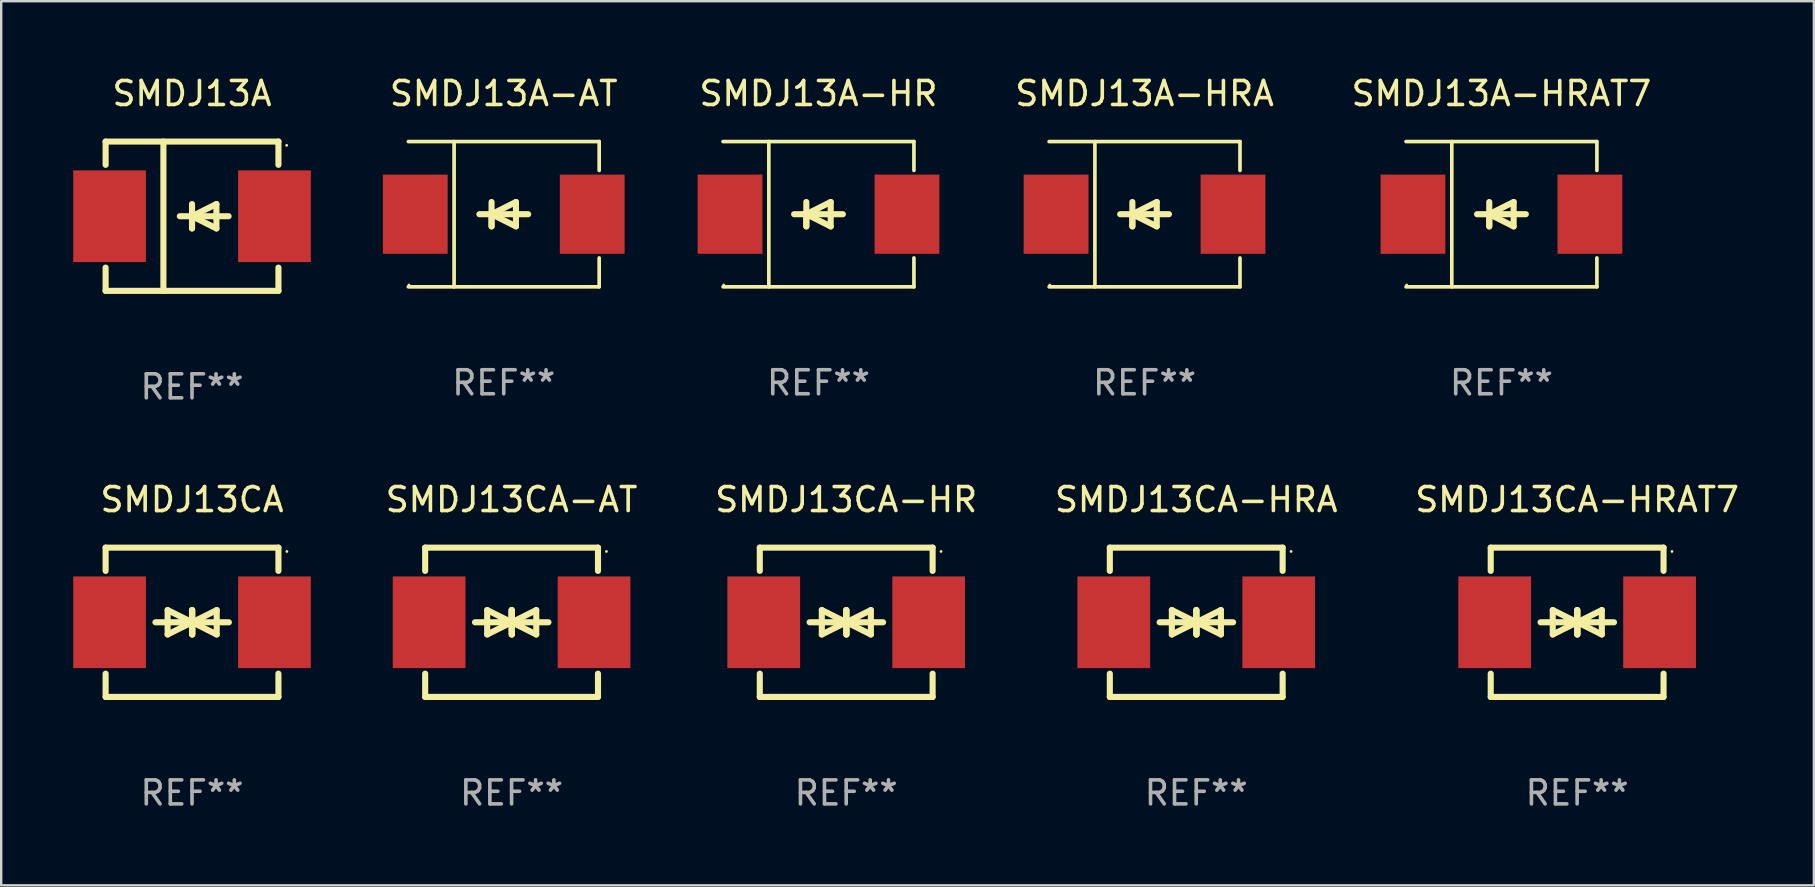
<source format=kicad_pcb>
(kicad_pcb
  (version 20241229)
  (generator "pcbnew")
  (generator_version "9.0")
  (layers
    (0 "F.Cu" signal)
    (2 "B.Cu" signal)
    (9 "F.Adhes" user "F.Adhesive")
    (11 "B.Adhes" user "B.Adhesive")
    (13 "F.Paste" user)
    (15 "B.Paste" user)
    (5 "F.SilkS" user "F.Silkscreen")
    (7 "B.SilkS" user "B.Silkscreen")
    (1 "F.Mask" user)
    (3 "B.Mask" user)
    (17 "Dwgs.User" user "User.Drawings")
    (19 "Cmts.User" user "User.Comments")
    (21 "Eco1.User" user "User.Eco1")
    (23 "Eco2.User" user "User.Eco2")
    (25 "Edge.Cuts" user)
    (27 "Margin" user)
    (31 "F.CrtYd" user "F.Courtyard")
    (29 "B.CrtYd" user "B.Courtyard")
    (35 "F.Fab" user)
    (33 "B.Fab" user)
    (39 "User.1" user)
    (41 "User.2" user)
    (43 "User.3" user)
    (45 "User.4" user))
  (footprint "SMDJ13CA-HR"
    (layer "F.Cu")
    (at 32.204 22.875)
    (property "Reference" "SMDJ13CA-HR" (at 0 -5.11 0) (layer "F.SilkS") (effects (font (size 1 1) (thickness 0.15))))
    (attr through_hole)
    (fp_line (start -3.6 -2.141) (end -3.6 -3.11) (stroke (width 0.254) (type solid)) (layer "F.SilkS"))
    (fp_line (start -3.6 3.11) (end -3.6 2.141) (stroke (width 0.254) (type solid)) (layer "F.SilkS"))
    (fp_line (start -1.524 0) (end 0.508 0) (stroke (width 0.254) (type solid)) (layer "F.SilkS"))
    (fp_line (start -1.016 -0.508) (end -1.016 0.508) (stroke (width 0.254) (type solid)) (layer "F.SilkS"))
    (fp_line (start -1.016 0.508) (end 0 0) (stroke (width 0.254) (type solid)) (layer "F.SilkS"))
    (fp_line (start 0 -0.508) (end 0 0.508) (stroke (width 0.254) (type solid)) (layer "F.SilkS"))
    (fp_line (start 0 0) (end -1.016 -0.508) (stroke (width 0.254) (type solid)) (layer "F.SilkS"))
    (fp_line (start 0 0) (end 0 -0.508) (stroke (width 0.254) (type solid)) (layer "F.SilkS"))
    (fp_line (start 0.012 0) (end 0.012 0.508) (stroke (width 0.254) (type solid)) (layer "F.SilkS"))
    (fp_line (start 0.012 0) (end 1.028 0.508) (stroke (width 0.254) (type solid)) (layer "F.SilkS"))
    (fp_line (start 0.012 0.508) (end 0.012 -0.508) (stroke (width 0.254) (type solid)) (layer "F.SilkS"))
    (fp_line (start 1.028 -0.508) (end 0.012 0) (stroke (width 0.254) (type solid)) (layer "F.SilkS"))
    (fp_line (start 1.028 0.508) (end 1.028 -0.508) (stroke (width 0.254) (type solid)) (layer "F.SilkS"))
    (fp_line (start 1.536 0) (end -0.496 0) (stroke (width 0.254) (type solid)) (layer "F.SilkS"))
    (fp_line (start 3.6 -3.11) (end -3.6 -3.11) (stroke (width 0.254) (type solid)) (layer "F.SilkS"))
    (fp_line (start 3.6 -2.141) (end 3.6 -3.11) (stroke (width 0.254) (type solid)) (layer "F.SilkS"))
    (fp_line (start 3.6 3.11) (end -3.6 3.11) (stroke (width 0.254) (type solid)) (layer "F.SilkS"))
    (fp_line (start 3.6 3.11) (end 3.6 2.141) (stroke (width 0.254) (type solid)) (layer "F.SilkS"))
    (fp_circle (center 3.952 -2.95) (end 3.982 -2.95) (stroke (width 0.06) (type solid)) (fill no) (layer "F.SilkS"))
    (fp_text user "REF**" (at 0 7.11 0) (layer "F.Fab") (effects (font (size 1 1) (thickness 0.15))))
    (pad "1" smd rect (at 3.435 0) (size 3.03 3.82) (layers "F.Cu" "F.Mask" "F.Paste"))
    (pad "2" smd rect (at -3.435 0) (size 3.03 3.82) (layers "F.Cu" "F.Mask" "F.Paste")))
  (footprint "SMDJ13A-HRAT7"
    (layer "F.Cu")
    (at 59.503 5.874)
    (property "Reference" "SMDJ13A-HRAT7" (at 0 -5.026 0) (layer "F.SilkS") (effects (font (size 1 1) (thickness 0.15))))
    (attr through_hole)
    (fp_line (start -3.976 -3.026) (end 3.976 -3.026) (stroke (width 0.152) (type solid)) (layer "F.SilkS"))
    (fp_line (start -3.976 3.026) (end 3.976 3.026) (stroke (width 0.152) (type solid)) (layer "F.SilkS"))
    (fp_line (start -2.069 -3.026) (end -2.069 3.026) (stroke (width 0.152) (type solid)) (layer "F.SilkS"))
    (fp_line (start -0.508 0) (end -0.508 0.508) (stroke (width 0.254) (type solid)) (layer "F.SilkS"))
    (fp_line (start -0.508 0) (end 0.508 0.508) (stroke (width 0.254) (type solid)) (layer "F.SilkS"))
    (fp_line (start -0.508 0.508) (end -0.508 -0.508) (stroke (width 0.254) (type solid)) (layer "F.SilkS"))
    (fp_line (start 0.508 -0.508) (end -0.508 0) (stroke (width 0.254) (type solid)) (layer "F.SilkS"))
    (fp_line (start 0.508 0.508) (end 0.508 -0.508) (stroke (width 0.254) (type solid)) (layer "F.SilkS"))
    (fp_line (start 1.016 0) (end -1.016 0) (stroke (width 0.254) (type solid)) (layer "F.SilkS"))
    (fp_line (start 3.976 -3.026) (end 3.976 -1.823) (stroke (width 0.152) (type solid)) (layer "F.SilkS"))
    (fp_line (start 3.976 3.026) (end 3.976 1.823) (stroke (width 0.152) (type solid)) (layer "F.SilkS"))
    (fp_circle (center -3.95 2.95) (end -3.92 2.95) (stroke (width 0.06) (type solid)) (fill no) (layer "F.SilkS"))
    (fp_text user "REF**" (at 0 7.026 0) (layer "F.Fab") (effects (font (size 1 1) (thickness 0.15))))
    (pad "1" smd rect (at -3.686 0) (size 2.7 3.3) (layers "F.Cu" "F.Mask" "F.Paste"))
    (pad "2" smd rect (at 3.686 0) (size 2.7 3.3) (layers "F.Cu" "F.Mask" "F.Paste")))
  (footprint "SMDJ13A-HR"
    (layer "F.Cu")
    (at 31.05 5.874)
    (property "Reference" "SMDJ13A-HR" (at 0 -5.026 0) (layer "F.SilkS") (effects (font (size 1 1) (thickness 0.15))))
    (attr through_hole)
    (fp_line (start -3.976 -3.026) (end 3.976 -3.026) (stroke (width 0.152) (type solid)) (layer "F.SilkS"))
    (fp_line (start -3.976 3.026) (end 3.976 3.026) (stroke (width 0.152) (type solid)) (layer "F.SilkS"))
    (fp_line (start -2.069 -3.026) (end -2.069 3.026) (stroke (width 0.152) (type solid)) (layer "F.SilkS"))
    (fp_line (start -0.508 0) (end -0.508 0.508) (stroke (width 0.254) (type solid)) (layer "F.SilkS"))
    (fp_line (start -0.508 0) (end 0.508 0.508) (stroke (width 0.254) (type solid)) (layer "F.SilkS"))
    (fp_line (start -0.508 0.508) (end -0.508 -0.508) (stroke (width 0.254) (type solid)) (layer "F.SilkS"))
    (fp_line (start 0.508 -0.508) (end -0.508 0) (stroke (width 0.254) (type solid)) (layer "F.SilkS"))
    (fp_line (start 0.508 0.508) (end 0.508 -0.508) (stroke (width 0.254) (type solid)) (layer "F.SilkS"))
    (fp_line (start 1.016 0) (end -1.016 0) (stroke (width 0.254) (type solid)) (layer "F.SilkS"))
    (fp_line (start 3.976 -3.026) (end 3.976 -1.823) (stroke (width 0.152) (type solid)) (layer "F.SilkS"))
    (fp_line (start 3.976 3.026) (end 3.976 1.823) (stroke (width 0.152) (type solid)) (layer "F.SilkS"))
    (fp_circle (center -3.95 2.95) (end -3.92 2.95) (stroke (width 0.06) (type solid)) (fill no) (layer "F.SilkS"))
    (fp_text user "REF**" (at 0 7.026 0) (layer "F.Fab") (effects (font (size 1 1) (thickness 0.15))))
    (pad "1" smd rect (at -3.686 0) (size 2.7 3.3) (layers "F.Cu" "F.Mask" "F.Paste"))
    (pad "2" smd rect (at 3.686 0) (size 2.7 3.3) (layers "F.Cu" "F.Mask" "F.Paste")))
  (footprint "SMDJ13A-HRA"
    (layer "F.Cu")
    (at 44.634 5.874)
    (property "Reference" "SMDJ13A-HRA" (at 0 -5.026 0) (layer "F.SilkS") (effects (font (size 1 1) (thickness 0.15))))
    (attr through_hole)
    (fp_line (start -3.976 -3.026) (end 3.976 -3.026) (stroke (width 0.152) (type solid)) (layer "F.SilkS"))
    (fp_line (start -3.976 3.026) (end 3.976 3.026) (stroke (width 0.152) (type solid)) (layer "F.SilkS"))
    (fp_line (start -2.069 -3.026) (end -2.069 3.026) (stroke (width 0.152) (type solid)) (layer "F.SilkS"))
    (fp_line (start -0.508 0) (end -0.508 0.508) (stroke (width 0.254) (type solid)) (layer "F.SilkS"))
    (fp_line (start -0.508 0) (end 0.508 0.508) (stroke (width 0.254) (type solid)) (layer "F.SilkS"))
    (fp_line (start -0.508 0.508) (end -0.508 -0.508) (stroke (width 0.254) (type solid)) (layer "F.SilkS"))
    (fp_line (start 0.508 -0.508) (end -0.508 0) (stroke (width 0.254) (type solid)) (layer "F.SilkS"))
    (fp_line (start 0.508 0.508) (end 0.508 -0.508) (stroke (width 0.254) (type solid)) (layer "F.SilkS"))
    (fp_line (start 1.016 0) (end -1.016 0) (stroke (width 0.254) (type solid)) (layer "F.SilkS"))
    (fp_line (start 3.976 -3.026) (end 3.976 -1.823) (stroke (width 0.152) (type solid)) (layer "F.SilkS"))
    (fp_line (start 3.976 3.026) (end 3.976 1.823) (stroke (width 0.152) (type solid)) (layer "F.SilkS"))
    (fp_circle (center -3.95 2.95) (end -3.92 2.95) (stroke (width 0.06) (type solid)) (fill no) (layer "F.SilkS"))
    (fp_text user "REF**" (at 0 7.026 0) (layer "F.Fab") (effects (font (size 1 1) (thickness 0.15))))
    (pad "1" smd rect (at -3.686 0) (size 2.7 3.3) (layers "F.Cu" "F.Mask" "F.Paste"))
    (pad "2" smd rect (at 3.686 0) (size 2.7 3.3) (layers "F.Cu" "F.Mask" "F.Paste")))
  (footprint "SMDJ13CA-AT"
    (layer "F.Cu")
    (at 18.263 22.875)
    (property "Reference" "SMDJ13CA-AT" (at 0 -5.11 0) (layer "F.SilkS") (effects (font (size 1 1) (thickness 0.15))))
    (attr through_hole)
    (fp_line (start -3.6 -2.141) (end -3.6 -3.11) (stroke (width 0.254) (type solid)) (layer "F.SilkS"))
    (fp_line (start -3.6 3.11) (end -3.6 2.141) (stroke (width 0.254) (type solid)) (layer "F.SilkS"))
    (fp_line (start -1.524 0) (end 0.508 0) (stroke (width 0.254) (type solid)) (layer "F.SilkS"))
    (fp_line (start -1.016 -0.508) (end -1.016 0.508) (stroke (width 0.254) (type solid)) (layer "F.SilkS"))
    (fp_line (start -1.016 0.508) (end 0 0) (stroke (width 0.254) (type solid)) (layer "F.SilkS"))
    (fp_line (start 0 -0.508) (end 0 0.508) (stroke (width 0.254) (type solid)) (layer "F.SilkS"))
    (fp_line (start 0 0) (end -1.016 -0.508) (stroke (width 0.254) (type solid)) (layer "F.SilkS"))
    (fp_line (start 0 0) (end 0 -0.508) (stroke (width 0.254) (type solid)) (layer "F.SilkS"))
    (fp_line (start 0.012 0) (end 0.012 0.508) (stroke (width 0.254) (type solid)) (layer "F.SilkS"))
    (fp_line (start 0.012 0) (end 1.028 0.508) (stroke (width 0.254) (type solid)) (layer "F.SilkS"))
    (fp_line (start 0.012 0.508) (end 0.012 -0.508) (stroke (width 0.254) (type solid)) (layer "F.SilkS"))
    (fp_line (start 1.028 -0.508) (end 0.012 0) (stroke (width 0.254) (type solid)) (layer "F.SilkS"))
    (fp_line (start 1.028 0.508) (end 1.028 -0.508) (stroke (width 0.254) (type solid)) (layer "F.SilkS"))
    (fp_line (start 1.536 0) (end -0.496 0) (stroke (width 0.254) (type solid)) (layer "F.SilkS"))
    (fp_line (start 3.6 -3.11) (end -3.6 -3.11) (stroke (width 0.254) (type solid)) (layer "F.SilkS"))
    (fp_line (start 3.6 -2.141) (end 3.6 -3.11) (stroke (width 0.254) (type solid)) (layer "F.SilkS"))
    (fp_line (start 3.6 3.11) (end -3.6 3.11) (stroke (width 0.254) (type solid)) (layer "F.SilkS"))
    (fp_line (start 3.6 3.11) (end 3.6 2.141) (stroke (width 0.254) (type solid)) (layer "F.SilkS"))
    (fp_circle (center 3.952 -2.95) (end 3.982 -2.95) (stroke (width 0.06) (type solid)) (fill no) (layer "F.SilkS"))
    (fp_text user "REF**" (at 0 7.11 0) (layer "F.Fab") (effects (font (size 1 1) (thickness 0.15))))
    (pad "1" smd rect (at 3.435 0) (size 3.03 3.82) (layers "F.Cu" "F.Mask" "F.Paste"))
    (pad "2" smd rect (at -3.435 0) (size 3.03 3.82) (layers "F.Cu" "F.Mask" "F.Paste")))
  (footprint "SMDJ13CA"
    (layer "F.Cu")
    (at 4.95 22.875)
    (property "Reference" "SMDJ13CA" (at 0 -5.11 0) (layer "F.SilkS") (effects (font (size 1 1) (thickness 0.15))))
    (attr through_hole)
    (fp_line (start -3.6 -2.141) (end -3.6 -3.11) (stroke (width 0.254) (type solid)) (layer "F.SilkS"))
    (fp_line (start -3.6 3.11) (end -3.6 2.141) (stroke (width 0.254) (type solid)) (layer "F.SilkS"))
    (fp_line (start -1.524 0) (end 0.508 0) (stroke (width 0.254) (type solid)) (layer "F.SilkS"))
    (fp_line (start -1.016 -0.508) (end -1.016 0.508) (stroke (width 0.254) (type solid)) (layer "F.SilkS"))
    (fp_line (start -1.016 0.508) (end 0 0) (stroke (width 0.254) (type solid)) (layer "F.SilkS"))
    (fp_line (start 0 -0.508) (end 0 0.508) (stroke (width 0.254) (type solid)) (layer "F.SilkS"))
    (fp_line (start 0 0) (end -1.016 -0.508) (stroke (width 0.254) (type solid)) (layer "F.SilkS"))
    (fp_line (start 0 0) (end 0 -0.508) (stroke (width 0.254) (type solid)) (layer "F.SilkS"))
    (fp_line (start 0.012 0) (end 0.012 0.508) (stroke (width 0.254) (type solid)) (layer "F.SilkS"))
    (fp_line (start 0.012 0) (end 1.028 0.508) (stroke (width 0.254) (type solid)) (layer "F.SilkS"))
    (fp_line (start 0.012 0.508) (end 0.012 -0.508) (stroke (width 0.254) (type solid)) (layer "F.SilkS"))
    (fp_line (start 1.028 -0.508) (end 0.012 0) (stroke (width 0.254) (type solid)) (layer "F.SilkS"))
    (fp_line (start 1.028 0.508) (end 1.028 -0.508) (stroke (width 0.254) (type solid)) (layer "F.SilkS"))
    (fp_line (start 1.536 0) (end -0.496 0) (stroke (width 0.254) (type solid)) (layer "F.SilkS"))
    (fp_line (start 3.6 -3.11) (end -3.6 -3.11) (stroke (width 0.254) (type solid)) (layer "F.SilkS"))
    (fp_line (start 3.6 -2.141) (end 3.6 -3.11) (stroke (width 0.254) (type solid)) (layer "F.SilkS"))
    (fp_line (start 3.6 3.11) (end -3.6 3.11) (stroke (width 0.254) (type solid)) (layer "F.SilkS"))
    (fp_line (start 3.6 3.11) (end 3.6 2.141) (stroke (width 0.254) (type solid)) (layer "F.SilkS"))
    (fp_circle (center 3.952 -2.95) (end 3.982 -2.95) (stroke (width 0.06) (type solid)) (fill no) (layer "F.SilkS"))
    (fp_text user "REF**" (at 0 7.11 0) (layer "F.Fab") (effects (font (size 1 1) (thickness 0.15))))
    (pad "1" smd rect (at 3.435 0) (size 3.03 3.82) (layers "F.Cu" "F.Mask" "F.Paste"))
    (pad "2" smd rect (at -3.435 0) (size 3.03 3.82) (layers "F.Cu" "F.Mask" "F.Paste")))
  (footprint "SMDJ13CA-HRA"
    (layer "F.Cu")
    (at 46.787 22.875)
    (property "Reference" "SMDJ13CA-HRA" (at 0 -5.11 0) (layer "F.SilkS") (effects (font (size 1 1) (thickness 0.15))))
    (attr through_hole)
    (fp_line (start -3.6 -2.141) (end -3.6 -3.11) (stroke (width 0.254) (type solid)) (layer "F.SilkS"))
    (fp_line (start -3.6 3.11) (end -3.6 2.141) (stroke (width 0.254) (type solid)) (layer "F.SilkS"))
    (fp_line (start -1.524 0) (end 0.508 0) (stroke (width 0.254) (type solid)) (layer "F.SilkS"))
    (fp_line (start -1.016 -0.508) (end -1.016 0.508) (stroke (width 0.254) (type solid)) (layer "F.SilkS"))
    (fp_line (start -1.016 0.508) (end 0 0) (stroke (width 0.254) (type solid)) (layer "F.SilkS"))
    (fp_line (start 0 -0.508) (end 0 0.508) (stroke (width 0.254) (type solid)) (layer "F.SilkS"))
    (fp_line (start 0 0) (end -1.016 -0.508) (stroke (width 0.254) (type solid)) (layer "F.SilkS"))
    (fp_line (start 0 0) (end 0 -0.508) (stroke (width 0.254) (type solid)) (layer "F.SilkS"))
    (fp_line (start 0.012 0) (end 0.012 0.508) (stroke (width 0.254) (type solid)) (layer "F.SilkS"))
    (fp_line (start 0.012 0) (end 1.028 0.508) (stroke (width 0.254) (type solid)) (layer "F.SilkS"))
    (fp_line (start 0.012 0.508) (end 0.012 -0.508) (stroke (width 0.254) (type solid)) (layer "F.SilkS"))
    (fp_line (start 1.028 -0.508) (end 0.012 0) (stroke (width 0.254) (type solid)) (layer "F.SilkS"))
    (fp_line (start 1.028 0.508) (end 1.028 -0.508) (stroke (width 0.254) (type solid)) (layer "F.SilkS"))
    (fp_line (start 1.536 0) (end -0.496 0) (stroke (width 0.254) (type solid)) (layer "F.SilkS"))
    (fp_line (start 3.6 -3.11) (end -3.6 -3.11) (stroke (width 0.254) (type solid)) (layer "F.SilkS"))
    (fp_line (start 3.6 -2.141) (end 3.6 -3.11) (stroke (width 0.254) (type solid)) (layer "F.SilkS"))
    (fp_line (start 3.6 3.11) (end -3.6 3.11) (stroke (width 0.254) (type solid)) (layer "F.SilkS"))
    (fp_line (start 3.6 3.11) (end 3.6 2.141) (stroke (width 0.254) (type solid)) (layer "F.SilkS"))
    (fp_circle (center 3.952 -2.95) (end 3.982 -2.95) (stroke (width 0.06) (type solid)) (fill no) (layer "F.SilkS"))
    (fp_text user "REF**" (at 0 7.11 0) (layer "F.Fab") (effects (font (size 1 1) (thickness 0.15))))
    (pad "1" smd rect (at 3.435 0) (size 3.03 3.82) (layers "F.Cu" "F.Mask" "F.Paste"))
    (pad "2" smd rect (at -3.435 0) (size 3.03 3.82) (layers "F.Cu" "F.Mask" "F.Paste")))
  (footprint "SMDJ13A-AT"
    (layer "F.Cu")
    (at 17.937 5.874)
    (property "Reference" "SMDJ13A-AT" (at 0 -5.026 0) (layer "F.SilkS") (effects (font (size 1 1) (thickness 0.15))))
    (attr through_hole)
    (fp_line (start -3.976 -3.026) (end 3.976 -3.026) (stroke (width 0.152) (type solid)) (layer "F.SilkS"))
    (fp_line (start -3.976 3.026) (end 3.976 3.026) (stroke (width 0.152) (type solid)) (layer "F.SilkS"))
    (fp_line (start -2.069 -3.026) (end -2.069 3.026) (stroke (width 0.152) (type solid)) (layer "F.SilkS"))
    (fp_line (start -0.508 0) (end -0.508 0.508) (stroke (width 0.254) (type solid)) (layer "F.SilkS"))
    (fp_line (start -0.508 0) (end 0.508 0.508) (stroke (width 0.254) (type solid)) (layer "F.SilkS"))
    (fp_line (start -0.508 0.508) (end -0.508 -0.508) (stroke (width 0.254) (type solid)) (layer "F.SilkS"))
    (fp_line (start 0.508 -0.508) (end -0.508 0) (stroke (width 0.254) (type solid)) (layer "F.SilkS"))
    (fp_line (start 0.508 0.508) (end 0.508 -0.508) (stroke (width 0.254) (type solid)) (layer "F.SilkS"))
    (fp_line (start 1.016 0) (end -1.016 0) (stroke (width 0.254) (type solid)) (layer "F.SilkS"))
    (fp_line (start 3.976 -3.026) (end 3.976 -1.823) (stroke (width 0.152) (type solid)) (layer "F.SilkS"))
    (fp_line (start 3.976 3.026) (end 3.976 1.823) (stroke (width 0.152) (type solid)) (layer "F.SilkS"))
    (fp_circle (center -3.95 2.95) (end -3.92 2.95) (stroke (width 0.06) (type solid)) (fill no) (layer "F.SilkS"))
    (fp_text user "REF**" (at 0 7.026 0) (layer "F.Fab") (effects (font (size 1 1) (thickness 0.15))))
    (pad "1" smd rect (at -3.686 0) (size 2.7 3.3) (layers "F.Cu" "F.Mask" "F.Paste"))
    (pad "2" smd rect (at 3.686 0) (size 2.7 3.3) (layers "F.Cu" "F.Mask" "F.Paste")))
  (footprint "SMDJ13CA-HRAT7"
    (layer "F.Cu")
    (at 62.656 22.875)
    (property "Reference" "SMDJ13CA-HRAT7" (at 0 -5.11 0) (layer "F.SilkS") (effects (font (size 1 1) (thickness 0.15))))
    (attr through_hole)
    (fp_line (start -3.6 -2.141) (end -3.6 -3.11) (stroke (width 0.254) (type solid)) (layer "F.SilkS"))
    (fp_line (start -3.6 3.11) (end -3.6 2.141) (stroke (width 0.254) (type solid)) (layer "F.SilkS"))
    (fp_line (start -1.524 0) (end 0.508 0) (stroke (width 0.254) (type solid)) (layer "F.SilkS"))
    (fp_line (start -1.016 -0.508) (end -1.016 0.508) (stroke (width 0.254) (type solid)) (layer "F.SilkS"))
    (fp_line (start -1.016 0.508) (end 0 0) (stroke (width 0.254) (type solid)) (layer "F.SilkS"))
    (fp_line (start 0 -0.508) (end 0 0.508) (stroke (width 0.254) (type solid)) (layer "F.SilkS"))
    (fp_line (start 0 0) (end -1.016 -0.508) (stroke (width 0.254) (type solid)) (layer "F.SilkS"))
    (fp_line (start 0 0) (end 0 -0.508) (stroke (width 0.254) (type solid)) (layer "F.SilkS"))
    (fp_line (start 0.012 0) (end 0.012 0.508) (stroke (width 0.254) (type solid)) (layer "F.SilkS"))
    (fp_line (start 0.012 0) (end 1.028 0.508) (stroke (width 0.254) (type solid)) (layer "F.SilkS"))
    (fp_line (start 0.012 0.508) (end 0.012 -0.508) (stroke (width 0.254) (type solid)) (layer "F.SilkS"))
    (fp_line (start 1.028 -0.508) (end 0.012 0) (stroke (width 0.254) (type solid)) (layer "F.SilkS"))
    (fp_line (start 1.028 0.508) (end 1.028 -0.508) (stroke (width 0.254) (type solid)) (layer "F.SilkS"))
    (fp_line (start 1.536 0) (end -0.496 0) (stroke (width 0.254) (type solid)) (layer "F.SilkS"))
    (fp_line (start 3.6 -3.11) (end -3.6 -3.11) (stroke (width 0.254) (type solid)) (layer "F.SilkS"))
    (fp_line (start 3.6 -2.141) (end 3.6 -3.11) (stroke (width 0.254) (type solid)) (layer "F.SilkS"))
    (fp_line (start 3.6 3.11) (end -3.6 3.11) (stroke (width 0.254) (type solid)) (layer "F.SilkS"))
    (fp_line (start 3.6 3.11) (end 3.6 2.141) (stroke (width 0.254) (type solid)) (layer "F.SilkS"))
    (fp_circle (center 3.952 -2.95) (end 3.982 -2.95) (stroke (width 0.06) (type solid)) (fill no) (layer "F.SilkS"))
    (fp_text user "REF**" (at 0 7.11 0) (layer "F.Fab") (effects (font (size 1 1) (thickness 0.15))))
    (pad "1" smd rect (at 3.435 0) (size 3.03 3.82) (layers "F.Cu" "F.Mask" "F.Paste"))
    (pad "2" smd rect (at -3.435 0) (size 3.03 3.82) (layers "F.Cu" "F.Mask" "F.Paste")))
  (footprint "SMDJ13A"
    (layer "F.Cu")
    (at 4.95 5.958)
    (property "Reference" "SMDJ13A" (at 0 -5.11 0) (layer "F.SilkS") (effects (font (size 1 1) (thickness 0.15))))
    (attr through_hole)
    (fp_line (start -3.6 -3.11) (end -3.6 -2.141) (stroke (width 0.254) (type solid)) (layer "F.SilkS"))
    (fp_line (start -3.6 -3.11) (end 3.6 -3.11) (stroke (width 0.254) (type solid)) (layer "F.SilkS"))
    (fp_line (start -3.6 2.141) (end -3.6 3.11) (stroke (width 0.254) (type solid)) (layer "F.SilkS"))
    (fp_line (start -3.6 3.11) (end 3.6 3.11) (stroke (width 0.254) (type solid)) (layer "F.SilkS"))
    (fp_line (start -1.192 -3.11) (end -1.192 3.11) (stroke (width 0.254) (type solid)) (layer "F.SilkS"))
    (fp_line (start 0 0) (end 0 0.508) (stroke (width 0.254) (type solid)) (layer "F.SilkS"))
    (fp_line (start 0 0) (end 1.016 0.508) (stroke (width 0.254) (type solid)) (layer "F.SilkS"))
    (fp_line (start 0 0.508) (end 0 -0.508) (stroke (width 0.254) (type solid)) (layer "F.SilkS"))
    (fp_line (start 1.016 -0.508) (end 0 0) (stroke (width 0.254) (type solid)) (layer "F.SilkS"))
    (fp_line (start 1.016 0.508) (end 1.016 -0.508) (stroke (width 0.254) (type solid)) (layer "F.SilkS"))
    (fp_line (start 1.524 0) (end -0.508 0) (stroke (width 0.254) (type solid)) (layer "F.SilkS"))
    (fp_line (start 3.6 -3.11) (end 3.6 -2.141) (stroke (width 0.254) (type solid)) (layer "F.SilkS"))
    (fp_line (start 3.6 2.141) (end 3.6 3.11) (stroke (width 0.254) (type solid)) (layer "F.SilkS"))
    (fp_circle (center 3.943 -2.952) (end 3.973 -2.952) (stroke (width 0.06) (type solid)) (fill no) (layer "F.SilkS"))
    (fp_text user "REF**" (at 0 7.11 0) (layer "F.Fab") (effects (font (size 1 1) (thickness 0.15))))
    (pad "1" smd rect (at 3.435 0 180) (size 3.03 3.82) (layers "F.Cu" "F.Mask" "F.Paste"))
    (pad "2" smd rect (at -3.435 0 180) (size 3.03 3.82) (layers "F.Cu" "F.Mask" "F.Paste")))
  (gr_rect
    (start -3 -3)
    (end 72.519 33.833)
    (stroke (width 0.1) (type default))
    (fill no)
    (layer "Edge.Cuts")))
</source>
